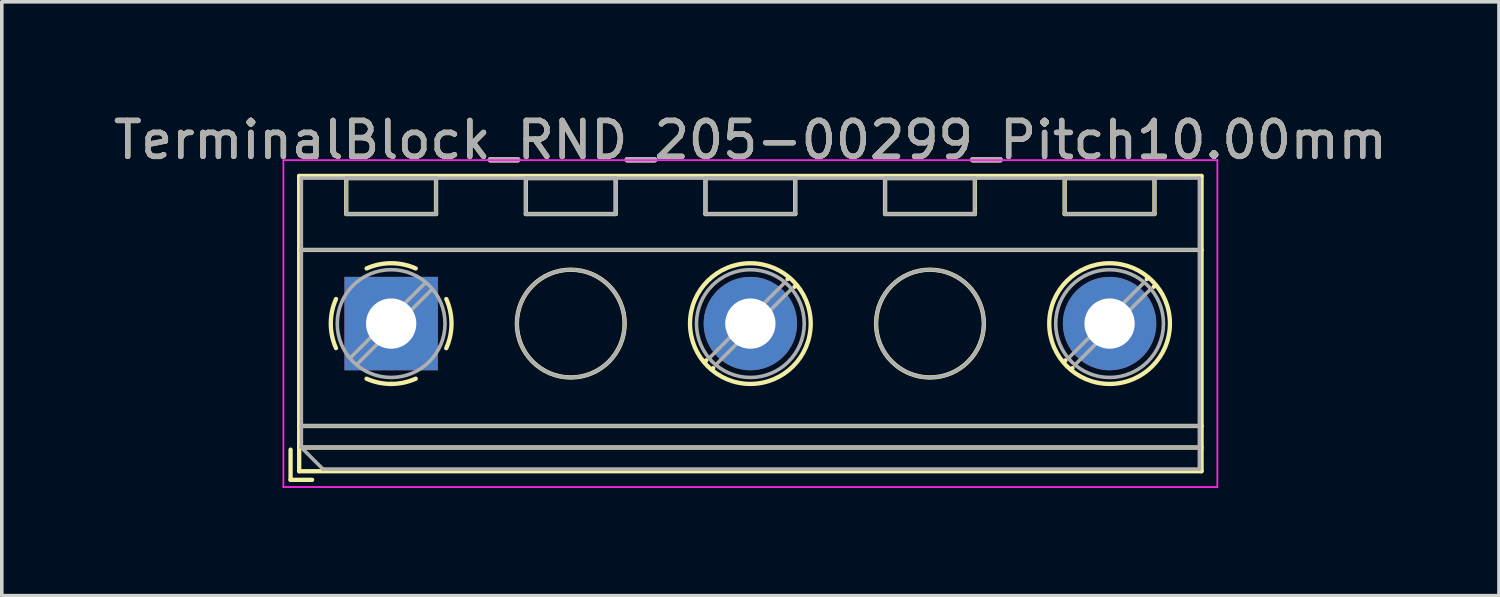
<source format=kicad_pcb>
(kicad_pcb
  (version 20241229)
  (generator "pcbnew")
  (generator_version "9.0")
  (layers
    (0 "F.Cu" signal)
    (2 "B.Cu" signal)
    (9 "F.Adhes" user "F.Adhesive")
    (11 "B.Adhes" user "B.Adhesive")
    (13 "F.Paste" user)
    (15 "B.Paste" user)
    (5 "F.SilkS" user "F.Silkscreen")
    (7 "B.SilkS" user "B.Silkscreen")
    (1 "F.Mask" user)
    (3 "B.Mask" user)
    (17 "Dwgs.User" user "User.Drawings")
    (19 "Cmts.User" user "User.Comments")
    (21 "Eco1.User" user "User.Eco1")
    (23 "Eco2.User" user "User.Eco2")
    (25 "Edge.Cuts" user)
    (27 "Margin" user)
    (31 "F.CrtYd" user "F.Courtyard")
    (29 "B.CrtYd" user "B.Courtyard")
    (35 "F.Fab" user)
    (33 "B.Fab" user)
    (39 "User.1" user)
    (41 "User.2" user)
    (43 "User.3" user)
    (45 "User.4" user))
  (footprint "TerminalBlock_RND_205-00299_Pitch10.00mm"
    (layer "F.Cu")
    (at 7.839 5.958)
    (property "Reference" "TerminalBlock_RND_205-00299_Pitch10.00mm" (at 10 -5.11 0) (layer "F.SilkS") (effects (font (size 1 1) (thickness 0.15))))
    (attr through_hole)
    (fp_line (start -2.8 3.51) (end -2.8 4.35) (stroke (width 0.12) (type solid)) (layer "F.SilkS"))
    (fp_line (start -2.8 4.35) (end -2.2 4.35) (stroke (width 0.12) (type solid)) (layer "F.SilkS"))
    (fp_line (start -2.56 -4.11) (end -2.56 4.11) (stroke (width 0.12) (type solid)) (layer "F.SilkS"))
    (fp_line (start -2.56 -2.05) (end 22.56 -2.05) (stroke (width 0.12) (type solid)) (layer "F.SilkS"))
    (fp_line (start -2.56 2.85) (end 22.56 2.85) (stroke (width 0.12) (type solid)) (layer "F.SilkS"))
    (fp_line (start -2.56 3.45) (end 22.56 3.45) (stroke (width 0.12) (type solid)) (layer "F.SilkS"))
    (fp_line (start -2.56 4.11) (end 22.56 4.11) (stroke (width 0.12) (type solid)) (layer "F.SilkS"))
    (fp_line (start -1.25 -4.05) (end -1.25 -3.05) (stroke (width 0.12) (type solid)) (layer "F.SilkS"))
    (fp_line (start -1.25 -4.05) (end 1.25 -4.05) (stroke (width 0.12) (type solid)) (layer "F.SilkS"))
    (fp_line (start -1.25 -3.05) (end 1.25 -3.05) (stroke (width 0.12) (type solid)) (layer "F.SilkS"))
    (fp_line (start 1.25 -4.05) (end 1.25 -3.05) (stroke (width 0.12) (type solid)) (layer "F.SilkS"))
    (fp_line (start 3.75 -4.05) (end 3.75 -3.05) (stroke (width 0.12) (type solid)) (layer "F.SilkS"))
    (fp_line (start 3.75 -4.05) (end 6.25 -4.05) (stroke (width 0.12) (type solid)) (layer "F.SilkS"))
    (fp_line (start 3.75 -3.05) (end 6.25 -3.05) (stroke (width 0.12) (type solid)) (layer "F.SilkS"))
    (fp_line (start 6.25 -4.05) (end 6.25 -3.05) (stroke (width 0.12) (type solid)) (layer "F.SilkS"))
    (fp_line (start 8.75 -4.05) (end 8.75 -3.05) (stroke (width 0.12) (type solid)) (layer "F.SilkS"))
    (fp_line (start 8.75 -4.05) (end 11.25 -4.05) (stroke (width 0.12) (type solid)) (layer "F.SilkS"))
    (fp_line (start 8.75 -3.05) (end 11.25 -3.05) (stroke (width 0.12) (type solid)) (layer "F.SilkS"))
    (fp_line (start 8.773 1.023) (end 8.726 1.069) (stroke (width 0.12) (type solid)) (layer "F.SilkS"))
    (fp_line (start 8.966 1.239) (end 8.931 1.274) (stroke (width 0.12) (type solid)) (layer "F.SilkS"))
    (fp_line (start 11.07 -1.275) (end 11.035 -1.239) (stroke (width 0.12) (type solid)) (layer "F.SilkS"))
    (fp_line (start 11.25 -4.05) (end 11.25 -3.05) (stroke (width 0.12) (type solid)) (layer "F.SilkS"))
    (fp_line (start 11.275 -1.069) (end 11.228 -1.023) (stroke (width 0.12) (type solid)) (layer "F.SilkS"))
    (fp_line (start 13.75 -4.05) (end 13.75 -3.05) (stroke (width 0.12) (type solid)) (layer "F.SilkS"))
    (fp_line (start 13.75 -4.05) (end 16.25 -4.05) (stroke (width 0.12) (type solid)) (layer "F.SilkS"))
    (fp_line (start 13.75 -3.05) (end 16.25 -3.05) (stroke (width 0.12) (type solid)) (layer "F.SilkS"))
    (fp_line (start 16.25 -4.05) (end 16.25 -3.05) (stroke (width 0.12) (type solid)) (layer "F.SilkS"))
    (fp_line (start 18.75 -4.05) (end 18.75 -3.05) (stroke (width 0.12) (type solid)) (layer "F.SilkS"))
    (fp_line (start 18.75 -4.05) (end 21.25 -4.05) (stroke (width 0.12) (type solid)) (layer "F.SilkS"))
    (fp_line (start 18.75 -3.05) (end 21.25 -3.05) (stroke (width 0.12) (type solid)) (layer "F.SilkS"))
    (fp_line (start 18.773 1.023) (end 18.726 1.069) (stroke (width 0.12) (type solid)) (layer "F.SilkS"))
    (fp_line (start 18.966 1.239) (end 18.931 1.274) (stroke (width 0.12) (type solid)) (layer "F.SilkS"))
    (fp_line (start 21.07 -1.275) (end 21.035 -1.239) (stroke (width 0.12) (type solid)) (layer "F.SilkS"))
    (fp_line (start 21.25 -4.05) (end 21.25 -3.05) (stroke (width 0.12) (type solid)) (layer "F.SilkS"))
    (fp_line (start 21.275 -1.069) (end 21.228 -1.023) (stroke (width 0.12) (type solid)) (layer "F.SilkS"))
    (fp_line (start 22.56 -4.11) (end -2.56 -4.11) (stroke (width 0.12) (type solid)) (layer "F.SilkS"))
    (fp_line (start 22.56 4.11) (end 22.56 -4.11) (stroke (width 0.12) (type solid)) (layer "F.SilkS"))
    (fp_arc (start -1.535427 0.683042) (mid -1.680501 -0.000524) (end -1.535 -0.684) (stroke (width 0.12) (type solid)) (layer "F.SilkS"))
    (fp_arc (start -0.683042 -1.535427) (mid 0.000524 -1.680501) (end 0.684 -1.535) (stroke (width 0.12) (type solid)) (layer "F.SilkS"))
    (fp_arc (start 0.028805 1.680253) (mid -0.335551 1.646659) (end -0.684 1.535) (stroke (width 0.12) (type solid)) (layer "F.SilkS"))
    (fp_arc (start 0.683318 1.534756) (mid 0.349292 1.643288) (end 0 1.68) (stroke (width 0.12) (type solid)) (layer "F.SilkS"))
    (fp_arc (start 1.535427 -0.683042) (mid 1.680501 0.000524) (end 1.535 0.684) (stroke (width 0.12) (type solid)) (layer "F.SilkS"))
    (fp_circle (center 5 0) (end 6.5 0) (stroke (width 0.12) (type solid)) (fill no) (layer "F.SilkS"))
    (fp_circle (center 10 0) (end 11.68 0) (stroke (width 0.12) (type solid)) (fill no) (layer "F.SilkS"))
    (fp_circle (center 15 0) (end 16.5 0) (stroke (width 0.12) (type solid)) (fill no) (layer "F.SilkS"))
    (fp_circle (center 20 0) (end 21.68 0) (stroke (width 0.12) (type solid)) (fill no) (layer "F.SilkS"))
    (fp_line (start -3 -4.55) (end -3 4.55) (stroke (width 0.05) (type solid)) (layer "F.CrtYd"))
    (fp_line (start -3 4.55) (end 23 4.55) (stroke (width 0.05) (type solid)) (layer "F.CrtYd"))
    (fp_line (start 23 -4.55) (end -3 -4.55) (stroke (width 0.05) (type solid)) (layer "F.CrtYd"))
    (fp_line (start 23 4.55) (end 23 -4.55) (stroke (width 0.05) (type solid)) (layer "F.CrtYd"))
    (fp_line (start -2.5 -4.05) (end 22.5 -4.05) (stroke (width 0.1) (type solid)) (layer "F.Fab"))
    (fp_line (start -2.5 -2.05) (end 22.5 -2.05) (stroke (width 0.1) (type solid)) (layer "F.Fab"))
    (fp_line (start -2.5 2.85) (end 22.5 2.85) (stroke (width 0.1) (type solid)) (layer "F.Fab"))
    (fp_line (start -2.5 3.45) (end -2.5 -4.05) (stroke (width 0.1) (type solid)) (layer "F.Fab"))
    (fp_line (start -2.5 3.45) (end 22.5 3.45) (stroke (width 0.1) (type solid)) (layer "F.Fab"))
    (fp_line (start -1.9 4.05) (end -2.5 3.45) (stroke (width 0.1) (type solid)) (layer "F.Fab"))
    (fp_line (start -1.25 -4.05) (end -1.25 -3.05) (stroke (width 0.1) (type solid)) (layer "F.Fab"))
    (fp_line (start -1.25 -3.05) (end 1.25 -3.05) (stroke (width 0.1) (type solid)) (layer "F.Fab"))
    (fp_line (start 0.955 -1.138) (end -1.138 0.955) (stroke (width 0.1) (type solid)) (layer "F.Fab"))
    (fp_line (start 1.138 -0.955) (end -0.955 1.138) (stroke (width 0.1) (type solid)) (layer "F.Fab"))
    (fp_line (start 1.25 -4.05) (end -1.25 -4.05) (stroke (width 0.1) (type solid)) (layer "F.Fab"))
    (fp_line (start 1.25 -3.05) (end 1.25 -4.05) (stroke (width 0.1) (type solid)) (layer "F.Fab"))
    (fp_line (start 3.75 -4.05) (end 3.75 -3.05) (stroke (width 0.1) (type solid)) (layer "F.Fab"))
    (fp_line (start 3.75 -3.05) (end 6.25 -3.05) (stroke (width 0.1) (type solid)) (layer "F.Fab"))
    (fp_line (start 6.25 -4.05) (end 3.75 -4.05) (stroke (width 0.1) (type solid)) (layer "F.Fab"))
    (fp_line (start 6.25 -3.05) (end 6.25 -4.05) (stroke (width 0.1) (type solid)) (layer "F.Fab"))
    (fp_line (start 8.75 -4.05) (end 8.75 -3.05) (stroke (width 0.1) (type solid)) (layer "F.Fab"))
    (fp_line (start 8.75 -3.05) (end 11.25 -3.05) (stroke (width 0.1) (type solid)) (layer "F.Fab"))
    (fp_line (start 10.955 -1.138) (end 8.863 0.955) (stroke (width 0.1) (type solid)) (layer "F.Fab"))
    (fp_line (start 11.138 -0.955) (end 9.046 1.138) (stroke (width 0.1) (type solid)) (layer "F.Fab"))
    (fp_line (start 11.25 -4.05) (end 8.75 -4.05) (stroke (width 0.1) (type solid)) (layer "F.Fab"))
    (fp_line (start 11.25 -3.05) (end 11.25 -4.05) (stroke (width 0.1) (type solid)) (layer "F.Fab"))
    (fp_line (start 13.75 -4.05) (end 13.75 -3.05) (stroke (width 0.1) (type solid)) (layer "F.Fab"))
    (fp_line (start 13.75 -3.05) (end 16.25 -3.05) (stroke (width 0.1) (type solid)) (layer "F.Fab"))
    (fp_line (start 16.25 -4.05) (end 13.75 -4.05) (stroke (width 0.1) (type solid)) (layer "F.Fab"))
    (fp_line (start 16.25 -3.05) (end 16.25 -4.05) (stroke (width 0.1) (type solid)) (layer "F.Fab"))
    (fp_line (start 18.75 -4.05) (end 18.75 -3.05) (stroke (width 0.1) (type solid)) (layer "F.Fab"))
    (fp_line (start 18.75 -3.05) (end 21.25 -3.05) (stroke (width 0.1) (type solid)) (layer "F.Fab"))
    (fp_line (start 20.955 -1.138) (end 18.863 0.955) (stroke (width 0.1) (type solid)) (layer "F.Fab"))
    (fp_line (start 21.138 -0.955) (end 19.046 1.138) (stroke (width 0.1) (type solid)) (layer "F.Fab"))
    (fp_line (start 21.25 -4.05) (end 18.75 -4.05) (stroke (width 0.1) (type solid)) (layer "F.Fab"))
    (fp_line (start 21.25 -3.05) (end 21.25 -4.05) (stroke (width 0.1) (type solid)) (layer "F.Fab"))
    (fp_line (start 22.5 -4.05) (end 22.5 4.05) (stroke (width 0.1) (type solid)) (layer "F.Fab"))
    (fp_line (start 22.5 4.05) (end -1.9 4.05) (stroke (width 0.1) (type solid)) (layer "F.Fab"))
    (fp_circle (center 0 0) (end 1.5 0) (stroke (width 0.1) (type solid)) (fill no) (layer "F.Fab"))
    (fp_circle (center 5 0) (end 6.5 0) (stroke (width 0.1) (type solid)) (fill no) (layer "F.Fab"))
    (fp_circle (center 10 0) (end 11.5 0) (stroke (width 0.1) (type solid)) (fill no) (layer "F.Fab"))
    (fp_circle (center 15 0) (end 16.5 0) (stroke (width 0.1) (type solid)) (fill no) (layer "F.Fab"))
    (fp_circle (center 20 0) (end 21.5 0) (stroke (width 0.1) (type solid)) (fill no) (layer "F.Fab"))
    (fp_text user "${REFERENCE}" (at 10 -5.11 0) (layer "F.Fab") (effects (font (size 1 1) (thickness 0.15))))
    (pad "1" thru_hole rect (at 0 0) (size 2.6 2.6) (drill 1.4) (layers "*.Cu" "*.Mask"))
    (pad "2" thru_hole circle (at 10 0) (size 2.6 2.6) (drill 1.4) (layers "*.Cu" "*.Mask"))
    (pad "3" thru_hole circle (at 20 0) (size 2.6 2.6) (drill 1.4) (layers "*.Cu" "*.Mask")))
  (gr_rect
    (start -3 -3)
    (end 38.679 13.533)
    (stroke (width 0.1) (type default))
    (fill no)
    (layer "Edge.Cuts")))
</source>
